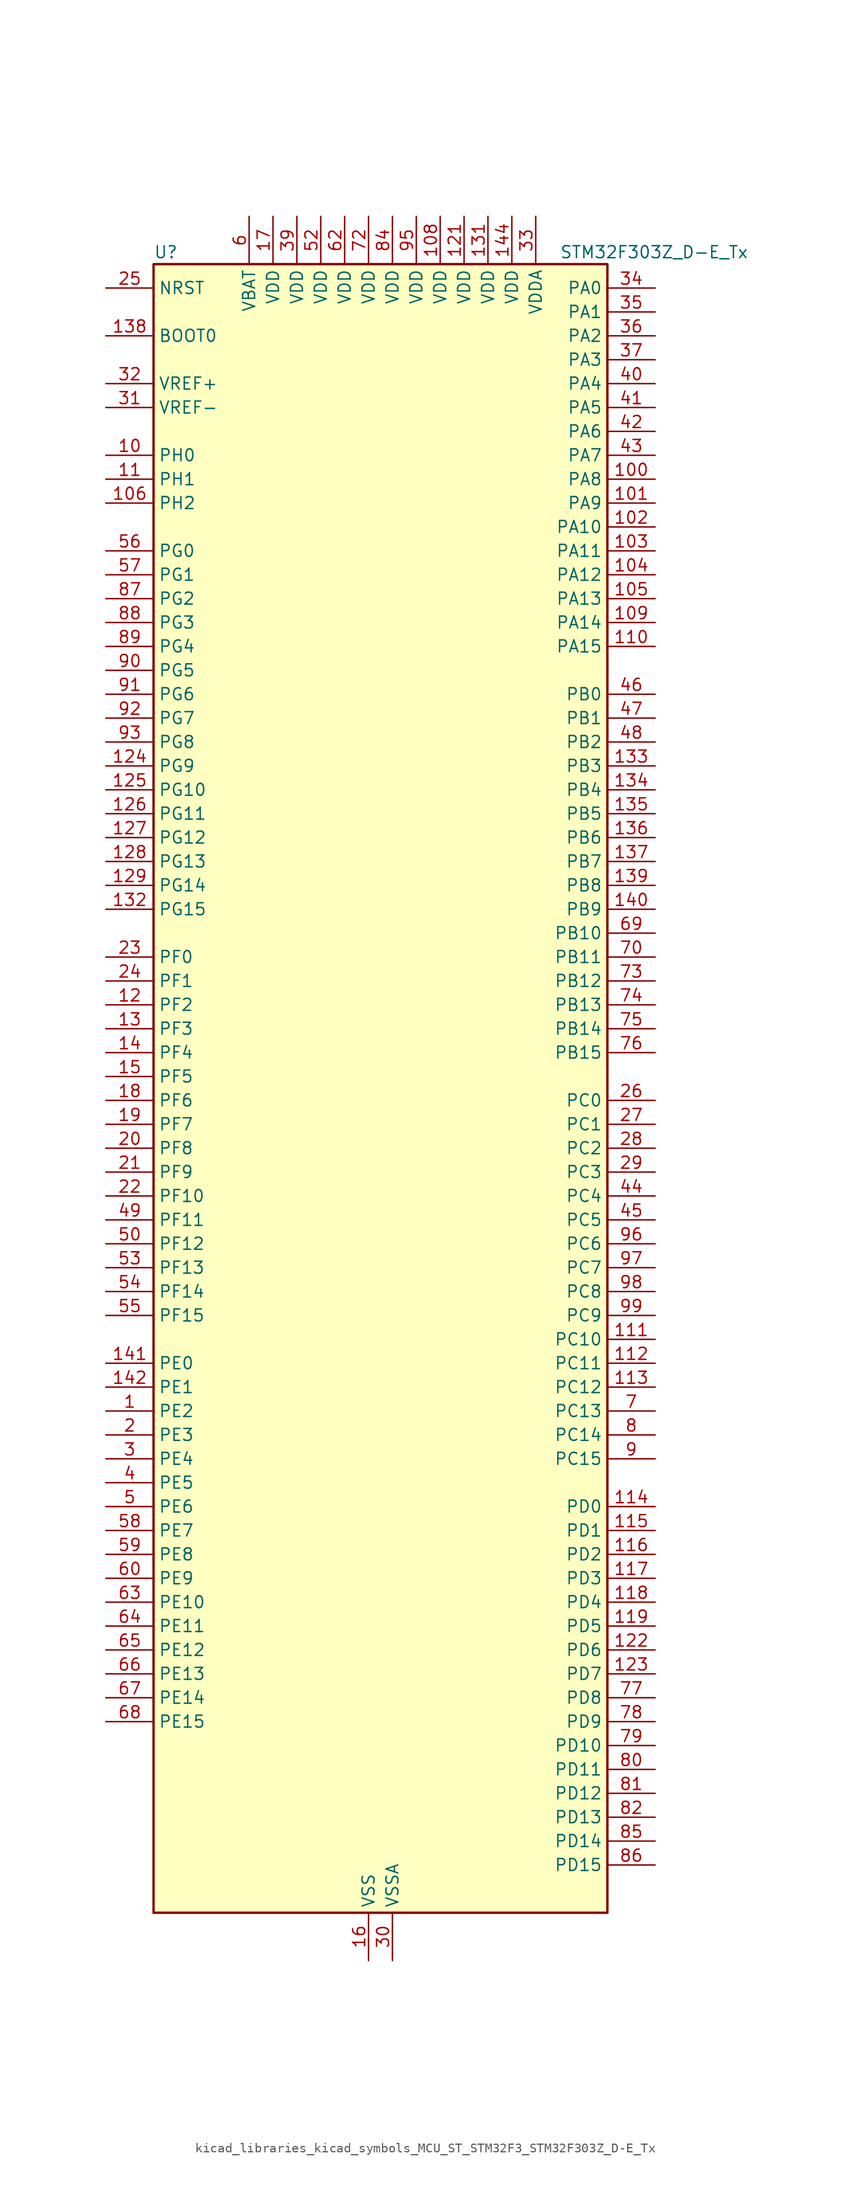
<source format=kicad_sym>
(kicad_symbol_lib
  (version 20220914)
  (generator kicad_symbol_editor)
  (symbol "kicad_libraries_kicad_symbols_MCU_ST_STM32F3_STM32F303Z_D-E_Tx"
    (property "Reference" "U"
      (at -22.86 90.17 0)
      (effects (font (size 1.27 1.27)) (justify left)))
    (property "Value" "STM32F303Z_D-E_Tx"
      (at 20.32 90.17 0)
      (effects (font (size 1.27 1.27)) (justify left)))
    (property "ki_locked" ""
      (at 0 0 0)
      (effects (font (size 1.27 1.27))))
    (symbol "kicad_libraries_kicad_symbols_MCU_ST_STM32F3_STM32F303Z_D-E_Tx_0_1"
      (rectangle (start -22.86 -86.36) (end 25.4 88.9) (stroke (width 0.254) (type default)) (fill (type background))))
    (symbol "kicad_libraries_kicad_symbols_MCU_ST_STM32F3_STM32F303Z_D-E_Tx_1_1"
      (pin bidirectional line (at -27.94 -33.02 0) (length 5.08) (name "PE2" (effects (font (size 1.27 1.27)))) (number "1" (effects (font (size 1.27 1.27)))) (alternate "ADC3_EXTI2" bidirectional line) (alternate "ADC4_EXTI2" bidirectional line) (alternate "FMC_A23" bidirectional line) (alternate "SPI4_SCK" bidirectional line) (alternate "SYS_TRACECK" bidirectional line) (alternate "TIM20_CH1" bidirectional line) (alternate "TIM3_CH1" bidirectional line) (alternate "TSC_G7_IO1" bidirectional line))
      (pin bidirectional line (at -27.94 68.58 0) (length 5.08) (name "PH0" (effects (font (size 1.27 1.27)))) (number "10" (effects (font (size 1.27 1.27)))) (alternate "FMC_A0" bidirectional line) (alternate "TIM20_CH1" bidirectional line))
      (pin bidirectional line (at 30.48 66.04 180) (length 5.08) (name "PA8" (effects (font (size 1.27 1.27)))) (number "100" (effects (font (size 1.27 1.27)))) (alternate "COMP3_OUT" bidirectional line) (alternate "I2C2_SMBA" bidirectional line) (alternate "I2C3_SCL" bidirectional line) (alternate "I2S2_MCK" bidirectional line) (alternate "RCC_MCO" bidirectional line) (alternate "TIM1_CH1" bidirectional line) (alternate "TIM4_ETR" bidirectional line) (alternate "USART1_CK" bidirectional line))
      (pin bidirectional line (at 30.48 63.5 180) (length 5.08) (name "PA9" (effects (font (size 1.27 1.27)))) (number "101" (effects (font (size 1.27 1.27)))) (alternate "COMP5_OUT" bidirectional line) (alternate "DAC1_EXTI9" bidirectional line) (alternate "I2C2_SCL" bidirectional line) (alternate "I2C3_SMBA" bidirectional line) (alternate "I2S3_MCK" bidirectional line) (alternate "TIM15_BKIN" bidirectional line) (alternate "TIM1_CH2" bidirectional line) (alternate "TIM2_CH3" bidirectional line) (alternate "TSC_G4_IO1" bidirectional line) (alternate "USART1_TX" bidirectional line))
      (pin bidirectional line (at 30.48 60.96 180) (length 5.08) (name "PA10" (effects (font (size 1.27 1.27)))) (number "102" (effects (font (size 1.27 1.27)))) (alternate "COMP6_OUT" bidirectional line) (alternate "I2C2_SDA" bidirectional line) (alternate "I2S2_ext_SD" bidirectional line) (alternate "SPI2_MISO" bidirectional line) (alternate "TIM17_BKIN" bidirectional line) (alternate "TIM1_CH3" bidirectional line) (alternate "TIM2_CH4" bidirectional line) (alternate "TIM8_BKIN" bidirectional line) (alternate "TSC_G4_IO2" bidirectional line) (alternate "USART1_RX" bidirectional line))
      (pin bidirectional line (at 30.48 58.42 180) (length 5.08) (name "PA11" (effects (font (size 1.27 1.27)))) (number "103" (effects (font (size 1.27 1.27)))) (alternate "ADC1_EXTI11" bidirectional line) (alternate "ADC2_EXTI11" bidirectional line) (alternate "CAN_RX" bidirectional line) (alternate "COMP1_OUT" bidirectional line) (alternate "I2S2_SD" bidirectional line) (alternate "SPI2_MOSI" bidirectional line) (alternate "TIM1_BKIN2" bidirectional line) (alternate "TIM1_CH1N" bidirectional line) (alternate "TIM1_CH4" bidirectional line) (alternate "TIM4_CH1" bidirectional line) (alternate "USART1_CTS" bidirectional line) (alternate "USB_DM" bidirectional line))
      (pin bidirectional line (at 30.48 55.88 180) (length 5.08) (name "PA12" (effects (font (size 1.27 1.27)))) (number "104" (effects (font (size 1.27 1.27)))) (alternate "CAN_TX" bidirectional line) (alternate "COMP2_OUT" bidirectional line) (alternate "I2S_CKIN" bidirectional line) (alternate "TIM16_CH1" bidirectional line) (alternate "TIM1_CH2N" bidirectional line) (alternate "TIM1_ETR" bidirectional line) (alternate "TIM4_CH2" bidirectional line) (alternate "USART1_DE" bidirectional line) (alternate "USART1_RTS" bidirectional line) (alternate "USB_DP" bidirectional line))
      (pin bidirectional line (at 30.48 53.34 180) (length 5.08) (name "PA13" (effects (font (size 1.27 1.27)))) (number "105" (effects (font (size 1.27 1.27)))) (alternate "IR_OUT" bidirectional line) (alternate "SYS_JTMS-SWDIO" bidirectional line) (alternate "TIM16_CH1N" bidirectional line) (alternate "TIM4_CH3" bidirectional line) (alternate "TSC_G4_IO3" bidirectional line) (alternate "USART3_CTS" bidirectional line))
      (pin bidirectional line (at -27.94 63.5 0) (length 5.08) (name "PH2" (effects (font (size 1.27 1.27)))) (number "106" (effects (font (size 1.27 1.27)))) (alternate "ADC3_EXTI2" bidirectional line) (alternate "ADC4_EXTI2" bidirectional line))
      (pin passive line (at 0 -91.44 90) (length 5.08) hide (name "VSS" (effects (font (size 1.27 1.27)))) (number "107" (effects (font (size 1.27 1.27)))))
      (pin power_in line (at 7.62 93.98 270) (length 5.08) (name "VDD" (effects (font (size 1.27 1.27)))) (number "108" (effects (font (size 1.27 1.27)))))
      (pin bidirectional line (at 30.48 50.8 180) (length 5.08) (name "PA14" (effects (font (size 1.27 1.27)))) (number "109" (effects (font (size 1.27 1.27)))) (alternate "I2C1_SDA" bidirectional line) (alternate "SYS_JTCK-SWCLK" bidirectional line) (alternate "TIM1_BKIN" bidirectional line) (alternate "TIM8_CH2" bidirectional line) (alternate "TSC_G4_IO4" bidirectional line) (alternate "USART2_TX" bidirectional line))
      (pin bidirectional line (at -27.94 66.04 0) (length 5.08) (name "PH1" (effects (font (size 1.27 1.27)))) (number "11" (effects (font (size 1.27 1.27)))) (alternate "FMC_A1" bidirectional line) (alternate "TIM20_CH2" bidirectional line))
      (pin bidirectional line (at 30.48 48.26 180) (length 5.08) (name "PA15" (effects (font (size 1.27 1.27)))) (number "110" (effects (font (size 1.27 1.27)))) (alternate "ADC1_EXTI15" bidirectional line) (alternate "ADC2_EXTI15" bidirectional line) (alternate "ADC3_EXTI15" bidirectional line) (alternate "ADC4_EXTI15" bidirectional line) (alternate "I2C1_SCL" bidirectional line) (alternate "I2S3_WS" bidirectional line) (alternate "SPI1_NSS" bidirectional line) (alternate "SPI3_NSS" bidirectional line) (alternate "SYS_JTDI" bidirectional line) (alternate "TIM1_BKIN" bidirectional line) (alternate "TIM2_CH1" bidirectional line) (alternate "TIM2_ETR" bidirectional line) (alternate "TIM8_CH1" bidirectional line) (alternate "TSC_SYNC" bidirectional line) (alternate "USART2_RX" bidirectional line))
      (pin bidirectional line (at 30.48 -25.4 180) (length 5.08) (name "PC10" (effects (font (size 1.27 1.27)))) (number "111" (effects (font (size 1.27 1.27)))) (alternate "I2S3_CK" bidirectional line) (alternate "SPI3_SCK" bidirectional line) (alternate "TIM8_CH1N" bidirectional line) (alternate "UART4_TX" bidirectional line) (alternate "USART3_TX" bidirectional line))
      (pin bidirectional line (at 30.48 -27.94 180) (length 5.08) (name "PC11" (effects (font (size 1.27 1.27)))) (number "112" (effects (font (size 1.27 1.27)))) (alternate "ADC1_EXTI11" bidirectional line) (alternate "ADC2_EXTI11" bidirectional line) (alternate "I2S3_ext_SD" bidirectional line) (alternate "SPI3_MISO" bidirectional line) (alternate "TIM8_CH2N" bidirectional line) (alternate "UART4_RX" bidirectional line) (alternate "USART3_RX" bidirectional line))
      (pin bidirectional line (at 30.48 -30.48 180) (length 5.08) (name "PC12" (effects (font (size 1.27 1.27)))) (number "113" (effects (font (size 1.27 1.27)))) (alternate "I2S3_SD" bidirectional line) (alternate "SPI3_MOSI" bidirectional line) (alternate "TIM8_CH3N" bidirectional line) (alternate "UART5_TX" bidirectional line) (alternate "USART3_CK" bidirectional line))
      (pin bidirectional line (at 30.48 -43.18 180) (length 5.08) (name "PD0" (effects (font (size 1.27 1.27)))) (number "114" (effects (font (size 1.27 1.27)))) (alternate "CAN_RX" bidirectional line) (alternate "FMC_D2" bidirectional line) (alternate "FMC_DA2" bidirectional line))
      (pin bidirectional line (at 30.48 -45.72 180) (length 5.08) (name "PD1" (effects (font (size 1.27 1.27)))) (number "115" (effects (font (size 1.27 1.27)))) (alternate "CAN_TX" bidirectional line) (alternate "FMC_D3" bidirectional line) (alternate "FMC_DA3" bidirectional line) (alternate "TIM8_BKIN2" bidirectional line) (alternate "TIM8_CH4" bidirectional line))
      (pin bidirectional line (at 30.48 -48.26 180) (length 5.08) (name "PD2" (effects (font (size 1.27 1.27)))) (number "116" (effects (font (size 1.27 1.27)))) (alternate "ADC3_EXTI2" bidirectional line) (alternate "ADC4_EXTI2" bidirectional line) (alternate "TIM3_ETR" bidirectional line) (alternate "TIM8_BKIN" bidirectional line) (alternate "UART5_RX" bidirectional line))
      (pin bidirectional line (at 30.48 -50.8 180) (length 5.08) (name "PD3" (effects (font (size 1.27 1.27)))) (number "117" (effects (font (size 1.27 1.27)))) (alternate "FMC_CLK" bidirectional line) (alternate "TIM2_CH1" bidirectional line) (alternate "TIM2_ETR" bidirectional line) (alternate "USART2_CTS" bidirectional line))
      (pin bidirectional line (at 30.48 -53.34 180) (length 5.08) (name "PD4" (effects (font (size 1.27 1.27)))) (number "118" (effects (font (size 1.27 1.27)))) (alternate "FMC_NOE" bidirectional line) (alternate "TIM2_CH2" bidirectional line) (alternate "USART2_DE" bidirectional line) (alternate "USART2_RTS" bidirectional line))
      (pin bidirectional line (at 30.48 -55.88 180) (length 5.08) (name "PD5" (effects (font (size 1.27 1.27)))) (number "119" (effects (font (size 1.27 1.27)))) (alternate "FMC_NWE" bidirectional line) (alternate "USART2_TX" bidirectional line))
      (pin bidirectional line (at -27.94 10.16 0) (length 5.08) (name "PF2" (effects (font (size 1.27 1.27)))) (number "12" (effects (font (size 1.27 1.27)))) (alternate "ADC1_IN10" bidirectional line) (alternate "ADC2_IN10" bidirectional line) (alternate "ADC3_EXTI2" bidirectional line) (alternate "ADC4_EXTI2" bidirectional line) (alternate "FMC_A2" bidirectional line) (alternate "TIM20_CH3" bidirectional line))
      (pin passive line (at 0 -91.44 90) (length 5.08) hide (name "VSS" (effects (font (size 1.27 1.27)))) (number "120" (effects (font (size 1.27 1.27)))))
      (pin power_in line (at 10.16 93.98 270) (length 5.08) (name "VDD" (effects (font (size 1.27 1.27)))) (number "121" (effects (font (size 1.27 1.27)))))
      (pin bidirectional line (at 30.48 -58.42 180) (length 5.08) (name "PD6" (effects (font (size 1.27 1.27)))) (number "122" (effects (font (size 1.27 1.27)))) (alternate "FMC_NWAIT" bidirectional line) (alternate "TIM2_CH4" bidirectional line) (alternate "USART2_RX" bidirectional line))
      (pin bidirectional line (at 30.48 -60.96 180) (length 5.08) (name "PD7" (effects (font (size 1.27 1.27)))) (number "123" (effects (font (size 1.27 1.27)))) (alternate "FMC_NCE2" bidirectional line) (alternate "FMC_NE1" bidirectional line) (alternate "TIM2_CH3" bidirectional line) (alternate "USART2_CK" bidirectional line))
      (pin bidirectional line (at -27.94 35.56 0) (length 5.08) (name "PG9" (effects (font (size 1.27 1.27)))) (number "124" (effects (font (size 1.27 1.27)))) (alternate "DAC1_EXTI9" bidirectional line) (alternate "FMC_NCE3" bidirectional line) (alternate "FMC_NE2" bidirectional line))
      (pin bidirectional line (at -27.94 33.02 0) (length 5.08) (name "PG10" (effects (font (size 1.27 1.27)))) (number "125" (effects (font (size 1.27 1.27)))) (alternate "FMC_NCE4_1" bidirectional line) (alternate "FMC_NE3" bidirectional line))
      (pin bidirectional line (at -27.94 30.48 0) (length 5.08) (name "PG11" (effects (font (size 1.27 1.27)))) (number "126" (effects (font (size 1.27 1.27)))) (alternate "ADC1_EXTI11" bidirectional line) (alternate "ADC2_EXTI11" bidirectional line) (alternate "FMC_NCE4_2" bidirectional line))
      (pin bidirectional line (at -27.94 27.94 0) (length 5.08) (name "PG12" (effects (font (size 1.27 1.27)))) (number "127" (effects (font (size 1.27 1.27)))) (alternate "FMC_NE4" bidirectional line))
      (pin bidirectional line (at -27.94 25.4 0) (length 5.08) (name "PG13" (effects (font (size 1.27 1.27)))) (number "128" (effects (font (size 1.27 1.27)))) (alternate "FMC_A24" bidirectional line))
      (pin bidirectional line (at -27.94 22.86 0) (length 5.08) (name "PG14" (effects (font (size 1.27 1.27)))) (number "129" (effects (font (size 1.27 1.27)))) (alternate "FMC_A25" bidirectional line))
      (pin bidirectional line (at -27.94 7.62 0) (length 5.08) (name "PF3" (effects (font (size 1.27 1.27)))) (number "13" (effects (font (size 1.27 1.27)))) (alternate "FMC_A3" bidirectional line) (alternate "TIM20_CH4" bidirectional line))
      (pin passive line (at 0 -91.44 90) (length 5.08) hide (name "VSS" (effects (font (size 1.27 1.27)))) (number "130" (effects (font (size 1.27 1.27)))))
      (pin power_in line (at 12.7 93.98 270) (length 5.08) (name "VDD" (effects (font (size 1.27 1.27)))) (number "131" (effects (font (size 1.27 1.27)))))
      (pin bidirectional line (at -27.94 20.32 0) (length 5.08) (name "PG15" (effects (font (size 1.27 1.27)))) (number "132" (effects (font (size 1.27 1.27)))) (alternate "ADC1_EXTI15" bidirectional line) (alternate "ADC2_EXTI15" bidirectional line) (alternate "ADC3_EXTI15" bidirectional line) (alternate "ADC4_EXTI15" bidirectional line))
      (pin bidirectional line (at 30.48 35.56 180) (length 5.08) (name "PB3" (effects (font (size 1.27 1.27)))) (number "133" (effects (font (size 1.27 1.27)))) (alternate "I2S3_CK" bidirectional line) (alternate "SPI1_SCK" bidirectional line) (alternate "SPI3_SCK" bidirectional line) (alternate "SYS_JTDO-TRACESWO" bidirectional line) (alternate "TIM2_CH2" bidirectional line) (alternate "TIM3_ETR" bidirectional line) (alternate "TIM4_ETR" bidirectional line) (alternate "TIM8_CH1N" bidirectional line) (alternate "TSC_G5_IO1" bidirectional line) (alternate "USART2_TX" bidirectional line))
      (pin bidirectional line (at 30.48 33.02 180) (length 5.08) (name "PB4" (effects (font (size 1.27 1.27)))) (number "134" (effects (font (size 1.27 1.27)))) (alternate "I2S3_ext_SD" bidirectional line) (alternate "SPI1_MISO" bidirectional line) (alternate "SPI3_MISO" bidirectional line) (alternate "SYS_NJTRST" bidirectional line) (alternate "TIM16_CH1" bidirectional line) (alternate "TIM17_BKIN" bidirectional line) (alternate "TIM3_CH1" bidirectional line) (alternate "TIM8_CH2N" bidirectional line) (alternate "TSC_G5_IO2" bidirectional line) (alternate "USART2_RX" bidirectional line))
      (pin bidirectional line (at 30.48 30.48 180) (length 5.08) (name "PB5" (effects (font (size 1.27 1.27)))) (number "135" (effects (font (size 1.27 1.27)))) (alternate "I2C1_SMBA" bidirectional line) (alternate "I2C3_SDA" bidirectional line) (alternate "I2S3_SD" bidirectional line) (alternate "SPI1_MOSI" bidirectional line) (alternate "SPI3_MOSI" bidirectional line) (alternate "TIM16_BKIN" bidirectional line) (alternate "TIM17_CH1" bidirectional line) (alternate "TIM3_CH2" bidirectional line) (alternate "TIM8_CH3N" bidirectional line) (alternate "USART2_CK" bidirectional line))
      (pin bidirectional line (at 30.48 27.94 180) (length 5.08) (name "PB6" (effects (font (size 1.27 1.27)))) (number "136" (effects (font (size 1.27 1.27)))) (alternate "I2C1_SCL" bidirectional line) (alternate "TIM16_CH1N" bidirectional line) (alternate "TIM4_CH1" bidirectional line) (alternate "TIM8_BKIN2" bidirectional line) (alternate "TIM8_CH1" bidirectional line) (alternate "TIM8_ETR" bidirectional line) (alternate "TSC_G5_IO3" bidirectional line) (alternate "USART1_TX" bidirectional line))
      (pin bidirectional line (at 30.48 25.4 180) (length 5.08) (name "PB7" (effects (font (size 1.27 1.27)))) (number "137" (effects (font (size 1.27 1.27)))) (alternate "FMC_NL" bidirectional line) (alternate "I2C1_SDA" bidirectional line) (alternate "TIM17_CH1N" bidirectional line) (alternate "TIM3_CH4" bidirectional line) (alternate "TIM4_CH2" bidirectional line) (alternate "TIM8_BKIN" bidirectional line) (alternate "TSC_G5_IO4" bidirectional line) (alternate "USART1_RX" bidirectional line))
      (pin input line (at -27.94 81.28 0) (length 5.08) (name "BOOT0" (effects (font (size 1.27 1.27)))) (number "138" (effects (font (size 1.27 1.27)))))
      (pin bidirectional line (at 30.48 22.86 180) (length 5.08) (name "PB8" (effects (font (size 1.27 1.27)))) (number "139" (effects (font (size 1.27 1.27)))) (alternate "CAN_RX" bidirectional line) (alternate "COMP1_OUT" bidirectional line) (alternate "I2C1_SCL" bidirectional line) (alternate "TIM16_CH1" bidirectional line) (alternate "TIM1_BKIN" bidirectional line) (alternate "TIM4_CH3" bidirectional line) (alternate "TIM8_CH2" bidirectional line) (alternate "TSC_SYNC" bidirectional line) (alternate "USART3_RX" bidirectional line))
      (pin bidirectional line (at -27.94 5.08 0) (length 5.08) (name "PF4" (effects (font (size 1.27 1.27)))) (number "14" (effects (font (size 1.27 1.27)))) (alternate "ADC1_IN5" bidirectional line) (alternate "COMP1_OUT" bidirectional line) (alternate "FMC_A4" bidirectional line) (alternate "TIM20_CH1N" bidirectional line))
      (pin bidirectional line (at 30.48 20.32 180) (length 5.08) (name "PB9" (effects (font (size 1.27 1.27)))) (number "140" (effects (font (size 1.27 1.27)))) (alternate "CAN_TX" bidirectional line) (alternate "COMP2_OUT" bidirectional line) (alternate "DAC1_EXTI9" bidirectional line) (alternate "I2C1_SDA" bidirectional line) (alternate "IR_OUT" bidirectional line) (alternate "TIM17_CH1" bidirectional line) (alternate "TIM4_CH4" bidirectional line) (alternate "TIM8_CH3" bidirectional line) (alternate "USART3_TX" bidirectional line))
      (pin bidirectional line (at -27.94 -27.94 0) (length 5.08) (name "PE0" (effects (font (size 1.27 1.27)))) (number "141" (effects (font (size 1.27 1.27)))) (alternate "FMC_NBL0" bidirectional line) (alternate "TIM16_CH1" bidirectional line) (alternate "TIM20_ETR" bidirectional line) (alternate "TIM4_ETR" bidirectional line) (alternate "USART1_TX" bidirectional line))
      (pin bidirectional line (at -27.94 -30.48 0) (length 5.08) (name "PE1" (effects (font (size 1.27 1.27)))) (number "142" (effects (font (size 1.27 1.27)))) (alternate "FMC_NBL1" bidirectional line) (alternate "TIM17_CH1" bidirectional line) (alternate "TIM20_CH4" bidirectional line) (alternate "USART1_RX" bidirectional line))
      (pin passive line (at 0 -91.44 90) (length 5.08) hide (name "VSS" (effects (font (size 1.27 1.27)))) (number "143" (effects (font (size 1.27 1.27)))))
      (pin power_in line (at 15.24 93.98 270) (length 5.08) (name "VDD" (effects (font (size 1.27 1.27)))) (number "144" (effects (font (size 1.27 1.27)))))
      (pin bidirectional line (at -27.94 2.54 0) (length 5.08) (name "PF5" (effects (font (size 1.27 1.27)))) (number "15" (effects (font (size 1.27 1.27)))) (alternate "FMC_A5" bidirectional line) (alternate "TIM20_CH2N" bidirectional line))
      (pin power_in line (at 0 -91.44 90) (length 5.08) (name "VSS" (effects (font (size 1.27 1.27)))) (number "16" (effects (font (size 1.27 1.27)))))
      (pin power_in line (at -10.16 93.98 270) (length 5.08) (name "VDD" (effects (font (size 1.27 1.27)))) (number "17" (effects (font (size 1.27 1.27)))))
      (pin bidirectional line (at -27.94 0 0) (length 5.08) (name "PF6" (effects (font (size 1.27 1.27)))) (number "18" (effects (font (size 1.27 1.27)))) (alternate "FMC_NIORD" bidirectional line) (alternate "I2C2_SCL" bidirectional line) (alternate "TIM4_CH4" bidirectional line) (alternate "USART3_DE" bidirectional line) (alternate "USART3_RTS" bidirectional line))
      (pin bidirectional line (at -27.94 -2.54 0) (length 5.08) (name "PF7" (effects (font (size 1.27 1.27)))) (number "19" (effects (font (size 1.27 1.27)))) (alternate "FMC_NREG" bidirectional line) (alternate "TIM20_BKIN" bidirectional line))
      (pin bidirectional line (at -27.94 -35.56 0) (length 5.08) (name "PE3" (effects (font (size 1.27 1.27)))) (number "2" (effects (font (size 1.27 1.27)))) (alternate "FMC_A19" bidirectional line) (alternate "SPI4_NSS" bidirectional line) (alternate "SYS_TRACED0" bidirectional line) (alternate "TIM20_CH2" bidirectional line) (alternate "TIM3_CH2" bidirectional line) (alternate "TSC_G7_IO2" bidirectional line))
      (pin bidirectional line (at -27.94 -5.08 0) (length 5.08) (name "PF8" (effects (font (size 1.27 1.27)))) (number "20" (effects (font (size 1.27 1.27)))) (alternate "FMC_NIOWR" bidirectional line) (alternate "TIM20_BKIN2" bidirectional line))
      (pin bidirectional line (at -27.94 -7.62 0) (length 5.08) (name "PF9" (effects (font (size 1.27 1.27)))) (number "21" (effects (font (size 1.27 1.27)))) (alternate "DAC1_EXTI9" bidirectional line) (alternate "FMC_CD" bidirectional line) (alternate "SPI2_SCK" bidirectional line) (alternate "TIM15_CH1" bidirectional line) (alternate "TIM20_BKIN" bidirectional line))
      (pin bidirectional line (at -27.94 -10.16 0) (length 5.08) (name "PF10" (effects (font (size 1.27 1.27)))) (number "22" (effects (font (size 1.27 1.27)))) (alternate "FMC_INTR" bidirectional line) (alternate "SPI2_SCK" bidirectional line) (alternate "TIM15_CH2" bidirectional line) (alternate "TIM20_BKIN2" bidirectional line))
      (pin bidirectional line (at -27.94 15.24 0) (length 5.08) (name "PF0" (effects (font (size 1.27 1.27)))) (number "23" (effects (font (size 1.27 1.27)))) (alternate "I2C2_SDA" bidirectional line) (alternate "I2S2_WS" bidirectional line) (alternate "RCC_OSC_IN" bidirectional line) (alternate "SPI2_NSS" bidirectional line) (alternate "TIM1_CH3N" bidirectional line))
      (pin bidirectional line (at -27.94 12.7 0) (length 5.08) (name "PF1" (effects (font (size 1.27 1.27)))) (number "24" (effects (font (size 1.27 1.27)))) (alternate "I2C2_SCL" bidirectional line) (alternate "I2S2_CK" bidirectional line) (alternate "RCC_OSC_OUT" bidirectional line) (alternate "SPI2_SCK" bidirectional line))
      (pin input line (at -27.94 86.36 0) (length 5.08) (name "NRST" (effects (font (size 1.27 1.27)))) (number "25" (effects (font (size 1.27 1.27)))))
      (pin bidirectional line (at 30.48 0 180) (length 5.08) (name "PC0" (effects (font (size 1.27 1.27)))) (number "26" (effects (font (size 1.27 1.27)))) (alternate "ADC1_IN6" bidirectional line) (alternate "ADC2_IN6" bidirectional line) (alternate "COMP7_INM" bidirectional line) (alternate "TIM1_CH1" bidirectional line))
      (pin bidirectional line (at 30.48 -2.54 180) (length 5.08) (name "PC1" (effects (font (size 1.27 1.27)))) (number "27" (effects (font (size 1.27 1.27)))) (alternate "ADC1_IN7" bidirectional line) (alternate "ADC2_IN7" bidirectional line) (alternate "COMP7_INP" bidirectional line) (alternate "TIM1_CH2" bidirectional line))
      (pin bidirectional line (at 30.48 -5.08 180) (length 5.08) (name "PC2" (effects (font (size 1.27 1.27)))) (number "28" (effects (font (size 1.27 1.27)))) (alternate "ADC1_IN8" bidirectional line) (alternate "ADC2_IN8" bidirectional line) (alternate "ADC3_EXTI2" bidirectional line) (alternate "ADC4_EXTI2" bidirectional line) (alternate "COMP7_OUT" bidirectional line) (alternate "TIM1_CH3" bidirectional line))
      (pin bidirectional line (at 30.48 -7.62 180) (length 5.08) (name "PC3" (effects (font (size 1.27 1.27)))) (number "29" (effects (font (size 1.27 1.27)))) (alternate "ADC1_IN9" bidirectional line) (alternate "ADC2_IN9" bidirectional line) (alternate "TIM1_BKIN2" bidirectional line) (alternate "TIM1_CH4" bidirectional line))
      (pin bidirectional line (at -27.94 -38.1 0) (length 5.08) (name "PE4" (effects (font (size 1.27 1.27)))) (number "3" (effects (font (size 1.27 1.27)))) (alternate "FMC_A20" bidirectional line) (alternate "SPI4_NSS" bidirectional line) (alternate "SYS_TRACED1" bidirectional line) (alternate "TIM20_CH1N" bidirectional line) (alternate "TIM3_CH3" bidirectional line) (alternate "TSC_G7_IO3" bidirectional line))
      (pin power_in line (at 2.54 -91.44 90) (length 5.08) (name "VSSA" (effects (font (size 1.27 1.27)))) (number "30" (effects (font (size 1.27 1.27)))))
      (pin input line (at -27.94 73.66 0) (length 5.08) (name "VREF-" (effects (font (size 1.27 1.27)))) (number "31" (effects (font (size 1.27 1.27)))))
      (pin input line (at -27.94 76.2 0) (length 5.08) (name "VREF+" (effects (font (size 1.27 1.27)))) (number "32" (effects (font (size 1.27 1.27)))))
      (pin power_in line (at 17.78 93.98 270) (length 5.08) (name "VDDA" (effects (font (size 1.27 1.27)))) (number "33" (effects (font (size 1.27 1.27)))))
      (pin bidirectional line (at 30.48 86.36 180) (length 5.08) (name "PA0" (effects (font (size 1.27 1.27)))) (number "34" (effects (font (size 1.27 1.27)))) (alternate "ADC1_IN1" bidirectional line) (alternate "COMP1_INM" bidirectional line) (alternate "COMP1_OUT" bidirectional line) (alternate "RTC_TAMP2" bidirectional line) (alternate "SYS_WKUP1" bidirectional line) (alternate "TIM2_CH1" bidirectional line) (alternate "TIM2_ETR" bidirectional line) (alternate "TIM8_BKIN" bidirectional line) (alternate "TIM8_ETR" bidirectional line) (alternate "TSC_G1_IO1" bidirectional line) (alternate "USART2_CTS" bidirectional line))
      (pin bidirectional line (at 30.48 83.82 180) (length 5.08) (name "PA1" (effects (font (size 1.27 1.27)))) (number "35" (effects (font (size 1.27 1.27)))) (alternate "ADC1_IN2" bidirectional line) (alternate "COMP1_INP" bidirectional line) (alternate "OPAMP1_VINP" bidirectional line) (alternate "OPAMP1_VINP_SEC" bidirectional line) (alternate "OPAMP3_VINP" bidirectional line) (alternate "OPAMP3_VINP_SEC" bidirectional line) (alternate "RTC_REFIN" bidirectional line) (alternate "TIM15_CH1N" bidirectional line) (alternate "TIM2_CH2" bidirectional line) (alternate "TSC_G1_IO2" bidirectional line) (alternate "USART2_DE" bidirectional line) (alternate "USART2_RTS" bidirectional line))
      (pin bidirectional line (at 30.48 81.28 180) (length 5.08) (name "PA2" (effects (font (size 1.27 1.27)))) (number "36" (effects (font (size 1.27 1.27)))) (alternate "ADC1_IN3" bidirectional line) (alternate "ADC3_EXTI2" bidirectional line) (alternate "ADC4_EXTI2" bidirectional line) (alternate "COMP2_INM" bidirectional line) (alternate "COMP2_OUT" bidirectional line) (alternate "OPAMP1_VOUT" bidirectional line) (alternate "TIM15_CH1" bidirectional line) (alternate "TIM2_CH3" bidirectional line) (alternate "TSC_G1_IO3" bidirectional line) (alternate "USART2_TX" bidirectional line))
      (pin bidirectional line (at 30.48 78.74 180) (length 5.08) (name "PA3" (effects (font (size 1.27 1.27)))) (number "37" (effects (font (size 1.27 1.27)))) (alternate "ADC1_IN4" bidirectional line) (alternate "OPAMP1_VINM" bidirectional line) (alternate "OPAMP1_VINM_SEC" bidirectional line) (alternate "OPAMP1_VINP" bidirectional line) (alternate "OPAMP1_VINP_SEC" bidirectional line) (alternate "TIM15_CH2" bidirectional line) (alternate "TIM2_CH4" bidirectional line) (alternate "TSC_G1_IO4" bidirectional line) (alternate "USART2_RX" bidirectional line))
      (pin passive line (at 0 -91.44 90) (length 5.08) hide (name "VSS" (effects (font (size 1.27 1.27)))) (number "38" (effects (font (size 1.27 1.27)))))
      (pin power_in line (at -7.62 93.98 270) (length 5.08) (name "VDD" (effects (font (size 1.27 1.27)))) (number "39" (effects (font (size 1.27 1.27)))))
      (pin bidirectional line (at -27.94 -40.64 0) (length 5.08) (name "PE5" (effects (font (size 1.27 1.27)))) (number "4" (effects (font (size 1.27 1.27)))) (alternate "FMC_A21" bidirectional line) (alternate "SPI4_MISO" bidirectional line) (alternate "SYS_TRACED2" bidirectional line) (alternate "TIM20_CH2N" bidirectional line) (alternate "TIM3_CH4" bidirectional line) (alternate "TSC_G7_IO4" bidirectional line))
      (pin bidirectional line (at 30.48 76.2 180) (length 5.08) (name "PA4" (effects (font (size 1.27 1.27)))) (number "40" (effects (font (size 1.27 1.27)))) (alternate "ADC2_IN1" bidirectional line) (alternate "COMP1_INM" bidirectional line) (alternate "COMP2_INM" bidirectional line) (alternate "COMP3_INM" bidirectional line) (alternate "COMP4_INM" bidirectional line) (alternate "COMP5_INM" bidirectional line) (alternate "COMP6_INM" bidirectional line) (alternate "COMP7_INM" bidirectional line) (alternate "DAC1_OUT1" bidirectional line) (alternate "I2S3_WS" bidirectional line) (alternate "OPAMP4_VINP" bidirectional line) (alternate "OPAMP4_VINP_SEC" bidirectional line) (alternate "SPI1_NSS" bidirectional line) (alternate "SPI3_NSS" bidirectional line) (alternate "TIM3_CH2" bidirectional line) (alternate "TSC_G2_IO1" bidirectional line) (alternate "USART2_CK" bidirectional line))
      (pin bidirectional line (at 30.48 73.66 180) (length 5.08) (name "PA5" (effects (font (size 1.27 1.27)))) (number "41" (effects (font (size 1.27 1.27)))) (alternate "ADC2_IN2" bidirectional line) (alternate "COMP1_INM" bidirectional line) (alternate "COMP2_INM" bidirectional line) (alternate "COMP3_INM" bidirectional line) (alternate "COMP4_INM" bidirectional line) (alternate "COMP5_INM" bidirectional line) (alternate "COMP6_INM" bidirectional line) (alternate "COMP7_INM" bidirectional line) (alternate "DAC1_OUT2" bidirectional line) (alternate "OPAMP1_VINP" bidirectional line) (alternate "OPAMP1_VINP_SEC" bidirectional line) (alternate "OPAMP2_VINM" bidirectional line) (alternate "OPAMP2_VINM_SEC" bidirectional line) (alternate "OPAMP3_VINP" bidirectional line) (alternate "OPAMP3_VINP_SEC" bidirectional line) (alternate "SPI1_SCK" bidirectional line) (alternate "TIM2_CH1" bidirectional line) (alternate "TIM2_ETR" bidirectional line) (alternate "TSC_G2_IO2" bidirectional line))
      (pin bidirectional line (at 30.48 71.12 180) (length 5.08) (name "PA6" (effects (font (size 1.27 1.27)))) (number "42" (effects (font (size 1.27 1.27)))) (alternate "ADC2_IN3" bidirectional line) (alternate "COMP1_OUT" bidirectional line) (alternate "OPAMP2_VOUT" bidirectional line) (alternate "SPI1_MISO" bidirectional line) (alternate "TIM16_CH1" bidirectional line) (alternate "TIM1_BKIN" bidirectional line) (alternate "TIM3_CH1" bidirectional line) (alternate "TIM8_BKIN" bidirectional line) (alternate "TSC_G2_IO3" bidirectional line))
      (pin bidirectional line (at 30.48 68.58 180) (length 5.08) (name "PA7" (effects (font (size 1.27 1.27)))) (number "43" (effects (font (size 1.27 1.27)))) (alternate "ADC2_IN4" bidirectional line) (alternate "COMP2_INP" bidirectional line) (alternate "OPAMP1_VINP" bidirectional line) (alternate "OPAMP1_VINP_SEC" bidirectional line) (alternate "OPAMP2_VINP" bidirectional line) (alternate "OPAMP2_VINP_SEC" bidirectional line) (alternate "SPI1_MOSI" bidirectional line) (alternate "TIM17_CH1" bidirectional line) (alternate "TIM1_CH1N" bidirectional line) (alternate "TIM3_CH2" bidirectional line) (alternate "TIM8_CH1N" bidirectional line) (alternate "TSC_G2_IO4" bidirectional line))
      (pin bidirectional line (at 30.48 -10.16 180) (length 5.08) (name "PC4" (effects (font (size 1.27 1.27)))) (number "44" (effects (font (size 1.27 1.27)))) (alternate "ADC2_IN5" bidirectional line) (alternate "TIM1_ETR" bidirectional line) (alternate "USART1_TX" bidirectional line))
      (pin bidirectional line (at 30.48 -12.7 180) (length 5.08) (name "PC5" (effects (font (size 1.27 1.27)))) (number "45" (effects (font (size 1.27 1.27)))) (alternate "ADC2_IN11" bidirectional line) (alternate "OPAMP1_VINM" bidirectional line) (alternate "OPAMP1_VINM_SEC" bidirectional line) (alternate "OPAMP2_VINM" bidirectional line) (alternate "OPAMP2_VINM_SEC" bidirectional line) (alternate "TIM15_BKIN" bidirectional line) (alternate "TSC_G3_IO1" bidirectional line) (alternate "USART1_RX" bidirectional line))
      (pin bidirectional line (at 30.48 43.18 180) (length 5.08) (name "PB0" (effects (font (size 1.27 1.27)))) (number "46" (effects (font (size 1.27 1.27)))) (alternate "ADC3_IN12" bidirectional line) (alternate "COMP4_INP" bidirectional line) (alternate "OPAMP2_VINP" bidirectional line) (alternate "OPAMP2_VINP_SEC" bidirectional line) (alternate "OPAMP3_VINP" bidirectional line) (alternate "OPAMP3_VINP_SEC" bidirectional line) (alternate "TIM1_CH2N" bidirectional line) (alternate "TIM3_CH3" bidirectional line) (alternate "TIM8_CH2N" bidirectional line) (alternate "TSC_G3_IO2" bidirectional line))
      (pin bidirectional line (at 30.48 40.64 180) (length 5.08) (name "PB1" (effects (font (size 1.27 1.27)))) (number "47" (effects (font (size 1.27 1.27)))) (alternate "ADC3_IN1" bidirectional line) (alternate "COMP4_OUT" bidirectional line) (alternate "OPAMP3_VOUT" bidirectional line) (alternate "TIM1_CH3N" bidirectional line) (alternate "TIM3_CH4" bidirectional line) (alternate "TIM8_CH3N" bidirectional line) (alternate "TSC_G3_IO3" bidirectional line))
      (pin bidirectional line (at 30.48 38.1 180) (length 5.08) (name "PB2" (effects (font (size 1.27 1.27)))) (number "48" (effects (font (size 1.27 1.27)))) (alternate "ADC2_IN12" bidirectional line) (alternate "ADC3_EXTI2" bidirectional line) (alternate "ADC4_EXTI2" bidirectional line) (alternate "COMP4_INM" bidirectional line) (alternate "OPAMP3_VINM" bidirectional line) (alternate "OPAMP3_VINM_SEC" bidirectional line) (alternate "TSC_G3_IO4" bidirectional line))
      (pin bidirectional line (at -27.94 -12.7 0) (length 5.08) (name "PF11" (effects (font (size 1.27 1.27)))) (number "49" (effects (font (size 1.27 1.27)))) (alternate "ADC1_EXTI11" bidirectional line) (alternate "ADC2_EXTI11" bidirectional line) (alternate "TIM20_ETR" bidirectional line))
      (pin bidirectional line (at -27.94 -43.18 0) (length 5.08) (name "PE6" (effects (font (size 1.27 1.27)))) (number "5" (effects (font (size 1.27 1.27)))) (alternate "FMC_A22" bidirectional line) (alternate "RTC_TAMP3" bidirectional line) (alternate "SPI4_MOSI" bidirectional line) (alternate "SYS_TRACED3" bidirectional line) (alternate "SYS_WKUP3" bidirectional line) (alternate "TIM20_CH3N" bidirectional line))
      (pin bidirectional line (at -27.94 -15.24 0) (length 5.08) (name "PF12" (effects (font (size 1.27 1.27)))) (number "50" (effects (font (size 1.27 1.27)))) (alternate "FMC_A6" bidirectional line) (alternate "TIM20_CH1" bidirectional line))
      (pin passive line (at 0 -91.44 90) (length 5.08) hide (name "VSS" (effects (font (size 1.27 1.27)))) (number "51" (effects (font (size 1.27 1.27)))))
      (pin power_in line (at -5.08 93.98 270) (length 5.08) (name "VDD" (effects (font (size 1.27 1.27)))) (number "52" (effects (font (size 1.27 1.27)))))
      (pin bidirectional line (at -27.94 -17.78 0) (length 5.08) (name "PF13" (effects (font (size 1.27 1.27)))) (number "53" (effects (font (size 1.27 1.27)))) (alternate "FMC_A7" bidirectional line) (alternate "TIM20_CH2" bidirectional line))
      (pin bidirectional line (at -27.94 -20.32 0) (length 5.08) (name "PF14" (effects (font (size 1.27 1.27)))) (number "54" (effects (font (size 1.27 1.27)))) (alternate "FMC_A8" bidirectional line) (alternate "TIM20_CH3" bidirectional line))
      (pin bidirectional line (at -27.94 -22.86 0) (length 5.08) (name "PF15" (effects (font (size 1.27 1.27)))) (number "55" (effects (font (size 1.27 1.27)))) (alternate "ADC1_EXTI15" bidirectional line) (alternate "ADC2_EXTI15" bidirectional line) (alternate "ADC3_EXTI15" bidirectional line) (alternate "ADC4_EXTI15" bidirectional line) (alternate "FMC_A9" bidirectional line) (alternate "TIM20_CH4" bidirectional line))
      (pin bidirectional line (at -27.94 58.42 0) (length 5.08) (name "PG0" (effects (font (size 1.27 1.27)))) (number "56" (effects (font (size 1.27 1.27)))) (alternate "FMC_A10" bidirectional line) (alternate "TIM20_CH1N" bidirectional line))
      (pin bidirectional line (at -27.94 55.88 0) (length 5.08) (name "PG1" (effects (font (size 1.27 1.27)))) (number "57" (effects (font (size 1.27 1.27)))) (alternate "FMC_A11" bidirectional line) (alternate "TIM20_CH2N" bidirectional line))
      (pin bidirectional line (at -27.94 -45.72 0) (length 5.08) (name "PE7" (effects (font (size 1.27 1.27)))) (number "58" (effects (font (size 1.27 1.27)))) (alternate "ADC3_IN13" bidirectional line) (alternate "FMC_D4" bidirectional line) (alternate "FMC_DA4" bidirectional line) (alternate "TIM1_ETR" bidirectional line))
      (pin bidirectional line (at -27.94 -48.26 0) (length 5.08) (name "PE8" (effects (font (size 1.27 1.27)))) (number "59" (effects (font (size 1.27 1.27)))) (alternate "ADC3_IN6" bidirectional line) (alternate "ADC4_IN6" bidirectional line) (alternate "COMP4_INM" bidirectional line) (alternate "FMC_D5" bidirectional line) (alternate "FMC_DA5" bidirectional line) (alternate "TIM1_CH1N" bidirectional line))
      (pin power_in line (at -12.7 93.98 270) (length 5.08) (name "VBAT" (effects (font (size 1.27 1.27)))) (number "6" (effects (font (size 1.27 1.27)))))
      (pin bidirectional line (at -27.94 -50.8 0) (length 5.08) (name "PE9" (effects (font (size 1.27 1.27)))) (number "60" (effects (font (size 1.27 1.27)))) (alternate "ADC3_IN2" bidirectional line) (alternate "DAC1_EXTI9" bidirectional line) (alternate "FMC_D6" bidirectional line) (alternate "FMC_DA6" bidirectional line) (alternate "TIM1_CH1" bidirectional line))
      (pin passive line (at 0 -91.44 90) (length 5.08) hide (name "VSS" (effects (font (size 1.27 1.27)))) (number "61" (effects (font (size 1.27 1.27)))))
      (pin power_in line (at -2.54 93.98 270) (length 5.08) (name "VDD" (effects (font (size 1.27 1.27)))) (number "62" (effects (font (size 1.27 1.27)))))
      (pin bidirectional line (at -27.94 -53.34 0) (length 5.08) (name "PE10" (effects (font (size 1.27 1.27)))) (number "63" (effects (font (size 1.27 1.27)))) (alternate "ADC3_IN14" bidirectional line) (alternate "FMC_D7" bidirectional line) (alternate "FMC_DA7" bidirectional line) (alternate "TIM1_CH2N" bidirectional line))
      (pin bidirectional line (at -27.94 -55.88 0) (length 5.08) (name "PE11" (effects (font (size 1.27 1.27)))) (number "64" (effects (font (size 1.27 1.27)))) (alternate "ADC1_EXTI11" bidirectional line) (alternate "ADC2_EXTI11" bidirectional line) (alternate "ADC3_IN15" bidirectional line) (alternate "FMC_D8" bidirectional line) (alternate "FMC_DA8" bidirectional line) (alternate "SPI4_NSS" bidirectional line) (alternate "TIM1_CH2" bidirectional line))
      (pin bidirectional line (at -27.94 -58.42 0) (length 5.08) (name "PE12" (effects (font (size 1.27 1.27)))) (number "65" (effects (font (size 1.27 1.27)))) (alternate "ADC3_IN16" bidirectional line) (alternate "FMC_D9" bidirectional line) (alternate "FMC_DA9" bidirectional line) (alternate "SPI4_SCK" bidirectional line) (alternate "TIM1_CH3N" bidirectional line))
      (pin bidirectional line (at -27.94 -60.96 0) (length 5.08) (name "PE13" (effects (font (size 1.27 1.27)))) (number "66" (effects (font (size 1.27 1.27)))) (alternate "ADC3_IN3" bidirectional line) (alternate "FMC_D10" bidirectional line) (alternate "FMC_DA10" bidirectional line) (alternate "SPI4_MISO" bidirectional line) (alternate "TIM1_CH3" bidirectional line))
      (pin bidirectional line (at -27.94 -63.5 0) (length 5.08) (name "PE14" (effects (font (size 1.27 1.27)))) (number "67" (effects (font (size 1.27 1.27)))) (alternate "ADC4_IN1" bidirectional line) (alternate "FMC_D11" bidirectional line) (alternate "FMC_DA11" bidirectional line) (alternate "SPI4_MOSI" bidirectional line) (alternate "TIM1_BKIN2" bidirectional line) (alternate "TIM1_CH4" bidirectional line))
      (pin bidirectional line (at -27.94 -66.04 0) (length 5.08) (name "PE15" (effects (font (size 1.27 1.27)))) (number "68" (effects (font (size 1.27 1.27)))) (alternate "ADC1_EXTI15" bidirectional line) (alternate "ADC2_EXTI15" bidirectional line) (alternate "ADC3_EXTI15" bidirectional line) (alternate "ADC4_EXTI15" bidirectional line) (alternate "ADC4_IN2" bidirectional line) (alternate "FMC_D12" bidirectional line) (alternate "FMC_DA12" bidirectional line) (alternate "TIM1_BKIN" bidirectional line) (alternate "USART3_RX" bidirectional line))
      (pin bidirectional line (at 30.48 17.78 180) (length 5.08) (name "PB10" (effects (font (size 1.27 1.27)))) (number "69" (effects (font (size 1.27 1.27)))) (alternate "COMP5_INM" bidirectional line) (alternate "OPAMP3_VINM" bidirectional line) (alternate "OPAMP3_VINM_SEC" bidirectional line) (alternate "OPAMP4_VINM" bidirectional line) (alternate "OPAMP4_VINM_SEC" bidirectional line) (alternate "TIM2_CH3" bidirectional line) (alternate "TSC_SYNC" bidirectional line) (alternate "USART3_TX" bidirectional line))
      (pin bidirectional line (at 30.48 -33.02 180) (length 5.08) (name "PC13" (effects (font (size 1.27 1.27)))) (number "7" (effects (font (size 1.27 1.27)))) (alternate "RTC_OUT_ALARM" bidirectional line) (alternate "RTC_OUT_CALIB" bidirectional line) (alternate "RTC_TAMP1" bidirectional line) (alternate "RTC_TS" bidirectional line) (alternate "SYS_WKUP2" bidirectional line) (alternate "TIM1_CH1N" bidirectional line))
      (pin bidirectional line (at 30.48 15.24 180) (length 5.08) (name "PB11" (effects (font (size 1.27 1.27)))) (number "70" (effects (font (size 1.27 1.27)))) (alternate "ADC1_EXTI11" bidirectional line) (alternate "ADC1_IN14" bidirectional line) (alternate "ADC2_EXTI11" bidirectional line) (alternate "ADC2_IN14" bidirectional line) (alternate "COMP6_INP" bidirectional line) (alternate "OPAMP4_VINP" bidirectional line) (alternate "OPAMP4_VINP_SEC" bidirectional line) (alternate "TIM2_CH4" bidirectional line) (alternate "TSC_G6_IO1" bidirectional line) (alternate "USART3_RX" bidirectional line))
      (pin passive line (at 0 -91.44 90) (length 5.08) hide (name "VSS" (effects (font (size 1.27 1.27)))) (number "71" (effects (font (size 1.27 1.27)))))
      (pin power_in line (at 0 93.98 270) (length 5.08) (name "VDD" (effects (font (size 1.27 1.27)))) (number "72" (effects (font (size 1.27 1.27)))))
      (pin bidirectional line (at 30.48 12.7 180) (length 5.08) (name "PB12" (effects (font (size 1.27 1.27)))) (number "73" (effects (font (size 1.27 1.27)))) (alternate "ADC4_IN3" bidirectional line) (alternate "COMP3_INM" bidirectional line) (alternate "I2C2_SMBA" bidirectional line) (alternate "I2S2_WS" bidirectional line) (alternate "OPAMP4_VOUT" bidirectional line) (alternate "SPI2_NSS" bidirectional line) (alternate "TIM1_BKIN" bidirectional line) (alternate "TSC_G6_IO2" bidirectional line) (alternate "USART3_CK" bidirectional line))
      (pin bidirectional line (at 30.48 10.16 180) (length 5.08) (name "PB13" (effects (font (size 1.27 1.27)))) (number "74" (effects (font (size 1.27 1.27)))) (alternate "ADC3_IN5" bidirectional line) (alternate "COMP5_INP" bidirectional line) (alternate "I2S2_CK" bidirectional line) (alternate "OPAMP3_VINP" bidirectional line) (alternate "OPAMP3_VINP_SEC" bidirectional line) (alternate "OPAMP4_VINP" bidirectional line) (alternate "OPAMP4_VINP_SEC" bidirectional line) (alternate "SPI2_SCK" bidirectional line) (alternate "TIM1_CH1N" bidirectional line) (alternate "TSC_G6_IO3" bidirectional line) (alternate "USART3_CTS" bidirectional line))
      (pin bidirectional line (at 30.48 7.62 180) (length 5.08) (name "PB14" (effects (font (size 1.27 1.27)))) (number "75" (effects (font (size 1.27 1.27)))) (alternate "ADC4_IN4" bidirectional line) (alternate "COMP3_INP" bidirectional line) (alternate "I2S2_ext_SD" bidirectional line) (alternate "OPAMP2_VINP" bidirectional line) (alternate "OPAMP2_VINP_SEC" bidirectional line) (alternate "SPI2_MISO" bidirectional line) (alternate "TIM15_CH1" bidirectional line) (alternate "TIM1_CH2N" bidirectional line) (alternate "TSC_G6_IO4" bidirectional line) (alternate "USART3_DE" bidirectional line) (alternate "USART3_RTS" bidirectional line))
      (pin bidirectional line (at 30.48 5.08 180) (length 5.08) (name "PB15" (effects (font (size 1.27 1.27)))) (number "76" (effects (font (size 1.27 1.27)))) (alternate "ADC1_EXTI15" bidirectional line) (alternate "ADC2_EXTI15" bidirectional line) (alternate "ADC3_EXTI15" bidirectional line) (alternate "ADC4_EXTI15" bidirectional line) (alternate "ADC4_IN5" bidirectional line) (alternate "COMP6_INM" bidirectional line) (alternate "I2S2_SD" bidirectional line) (alternate "RTC_REFIN" bidirectional line) (alternate "SPI2_MOSI" bidirectional line) (alternate "TIM15_CH1N" bidirectional line) (alternate "TIM15_CH2" bidirectional line) (alternate "TIM1_CH3N" bidirectional line))
      (pin bidirectional line (at 30.48 -63.5 180) (length 5.08) (name "PD8" (effects (font (size 1.27 1.27)))) (number "77" (effects (font (size 1.27 1.27)))) (alternate "ADC4_IN12" bidirectional line) (alternate "FMC_D13" bidirectional line) (alternate "FMC_DA13" bidirectional line) (alternate "OPAMP4_VINM" bidirectional line) (alternate "OPAMP4_VINM_SEC" bidirectional line) (alternate "USART3_TX" bidirectional line))
      (pin bidirectional line (at 30.48 -66.04 180) (length 5.08) (name "PD9" (effects (font (size 1.27 1.27)))) (number "78" (effects (font (size 1.27 1.27)))) (alternate "ADC4_IN13" bidirectional line) (alternate "DAC1_EXTI9" bidirectional line) (alternate "FMC_D14" bidirectional line) (alternate "FMC_DA14" bidirectional line) (alternate "USART3_RX" bidirectional line))
      (pin bidirectional line (at 30.48 -68.58 180) (length 5.08) (name "PD10" (effects (font (size 1.27 1.27)))) (number "79" (effects (font (size 1.27 1.27)))) (alternate "ADC3_IN7" bidirectional line) (alternate "ADC4_IN7" bidirectional line) (alternate "COMP6_INM" bidirectional line) (alternate "FMC_D15" bidirectional line) (alternate "FMC_DA15" bidirectional line) (alternate "USART3_CK" bidirectional line))
      (pin bidirectional line (at 30.48 -35.56 180) (length 5.08) (name "PC14" (effects (font (size 1.27 1.27)))) (number "8" (effects (font (size 1.27 1.27)))) (alternate "RCC_OSC32_IN" bidirectional line))
      (pin bidirectional line (at 30.48 -71.12 180) (length 5.08) (name "PD11" (effects (font (size 1.27 1.27)))) (number "80" (effects (font (size 1.27 1.27)))) (alternate "ADC1_EXTI11" bidirectional line) (alternate "ADC2_EXTI11" bidirectional line) (alternate "ADC3_IN8" bidirectional line) (alternate "ADC4_IN8" bidirectional line) (alternate "FMC_A16" bidirectional line) (alternate "FMC_CLE" bidirectional line) (alternate "OPAMP4_VINP" bidirectional line) (alternate "OPAMP4_VINP_SEC" bidirectional line) (alternate "USART3_CTS" bidirectional line))
      (pin bidirectional line (at 30.48 -73.66 180) (length 5.08) (name "PD12" (effects (font (size 1.27 1.27)))) (number "81" (effects (font (size 1.27 1.27)))) (alternate "ADC3_IN9" bidirectional line) (alternate "ADC4_IN9" bidirectional line) (alternate "FMC_A17" bidirectional line) (alternate "FMC_ALE" bidirectional line) (alternate "TIM4_CH1" bidirectional line) (alternate "TSC_G8_IO1" bidirectional line) (alternate "USART3_DE" bidirectional line) (alternate "USART3_RTS" bidirectional line))
      (pin bidirectional line (at 30.48 -76.2 180) (length 5.08) (name "PD13" (effects (font (size 1.27 1.27)))) (number "82" (effects (font (size 1.27 1.27)))) (alternate "ADC3_IN10" bidirectional line) (alternate "ADC4_IN10" bidirectional line) (alternate "COMP5_INM" bidirectional line) (alternate "FMC_A18" bidirectional line) (alternate "TIM4_CH2" bidirectional line) (alternate "TSC_G8_IO2" bidirectional line))
      (pin passive line (at 0 -91.44 90) (length 5.08) hide (name "VSS" (effects (font (size 1.27 1.27)))) (number "83" (effects (font (size 1.27 1.27)))))
      (pin power_in line (at 2.54 93.98 270) (length 5.08) (name "VDD" (effects (font (size 1.27 1.27)))) (number "84" (effects (font (size 1.27 1.27)))))
      (pin bidirectional line (at 30.48 -78.74 180) (length 5.08) (name "PD14" (effects (font (size 1.27 1.27)))) (number "85" (effects (font (size 1.27 1.27)))) (alternate "ADC3_IN11" bidirectional line) (alternate "ADC4_IN11" bidirectional line) (alternate "FMC_D0" bidirectional line) (alternate "FMC_DA0" bidirectional line) (alternate "OPAMP2_VINP" bidirectional line) (alternate "OPAMP2_VINP_SEC" bidirectional line) (alternate "TIM4_CH3" bidirectional line) (alternate "TSC_G8_IO3" bidirectional line))
      (pin bidirectional line (at 30.48 -81.28 180) (length 5.08) (name "PD15" (effects (font (size 1.27 1.27)))) (number "86" (effects (font (size 1.27 1.27)))) (alternate "ADC1_EXTI15" bidirectional line) (alternate "ADC2_EXTI15" bidirectional line) (alternate "ADC3_EXTI15" bidirectional line) (alternate "ADC4_EXTI15" bidirectional line) (alternate "COMP3_INM" bidirectional line) (alternate "FMC_D1" bidirectional line) (alternate "FMC_DA1" bidirectional line) (alternate "SPI2_NSS" bidirectional line) (alternate "TIM4_CH4" bidirectional line) (alternate "TSC_G8_IO4" bidirectional line))
      (pin bidirectional line (at -27.94 53.34 0) (length 5.08) (name "PG2" (effects (font (size 1.27 1.27)))) (number "87" (effects (font (size 1.27 1.27)))) (alternate "ADC3_EXTI2" bidirectional line) (alternate "ADC4_EXTI2" bidirectional line) (alternate "FMC_A12" bidirectional line) (alternate "TIM20_CH3N" bidirectional line))
      (pin bidirectional line (at -27.94 50.8 0) (length 5.08) (name "PG3" (effects (font (size 1.27 1.27)))) (number "88" (effects (font (size 1.27 1.27)))) (alternate "FMC_A13" bidirectional line) (alternate "TIM20_BKIN" bidirectional line))
      (pin bidirectional line (at -27.94 48.26 0) (length 5.08) (name "PG4" (effects (font (size 1.27 1.27)))) (number "89" (effects (font (size 1.27 1.27)))) (alternate "FMC_A14" bidirectional line) (alternate "TIM20_BKIN2" bidirectional line))
      (pin bidirectional line (at 30.48 -38.1 180) (length 5.08) (name "PC15" (effects (font (size 1.27 1.27)))) (number "9" (effects (font (size 1.27 1.27)))) (alternate "ADC1_EXTI15" bidirectional line) (alternate "ADC2_EXTI15" bidirectional line) (alternate "ADC3_EXTI15" bidirectional line) (alternate "ADC4_EXTI15" bidirectional line) (alternate "RCC_OSC32_OUT" bidirectional line))
      (pin bidirectional line (at -27.94 45.72 0) (length 5.08) (name "PG5" (effects (font (size 1.27 1.27)))) (number "90" (effects (font (size 1.27 1.27)))) (alternate "FMC_A15" bidirectional line) (alternate "TIM20_ETR" bidirectional line))
      (pin bidirectional line (at -27.94 43.18 0) (length 5.08) (name "PG6" (effects (font (size 1.27 1.27)))) (number "91" (effects (font (size 1.27 1.27)))) (alternate "FMC_INT2" bidirectional line))
      (pin bidirectional line (at -27.94 40.64 0) (length 5.08) (name "PG7" (effects (font (size 1.27 1.27)))) (number "92" (effects (font (size 1.27 1.27)))) (alternate "FMC_INT3" bidirectional line))
      (pin bidirectional line (at -27.94 38.1 0) (length 5.08) (name "PG8" (effects (font (size 1.27 1.27)))) (number "93" (effects (font (size 1.27 1.27)))))
      (pin passive line (at 0 -91.44 90) (length 5.08) hide (name "VSS" (effects (font (size 1.27 1.27)))) (number "94" (effects (font (size 1.27 1.27)))))
      (pin power_in line (at 5.08 93.98 270) (length 5.08) (name "VDD" (effects (font (size 1.27 1.27)))) (number "95" (effects (font (size 1.27 1.27)))))
      (pin bidirectional line (at 30.48 -15.24 180) (length 5.08) (name "PC6" (effects (font (size 1.27 1.27)))) (number "96" (effects (font (size 1.27 1.27)))) (alternate "COMP6_OUT" bidirectional line) (alternate "I2S2_MCK" bidirectional line) (alternate "TIM3_CH1" bidirectional line) (alternate "TIM8_CH1" bidirectional line))
      (pin bidirectional line (at 30.48 -17.78 180) (length 5.08) (name "PC7" (effects (font (size 1.27 1.27)))) (number "97" (effects (font (size 1.27 1.27)))) (alternate "COMP5_OUT" bidirectional line) (alternate "I2S3_MCK" bidirectional line) (alternate "TIM3_CH2" bidirectional line) (alternate "TIM8_CH2" bidirectional line))
      (pin bidirectional line (at 30.48 -20.32 180) (length 5.08) (name "PC8" (effects (font (size 1.27 1.27)))) (number "98" (effects (font (size 1.27 1.27)))) (alternate "COMP3_OUT" bidirectional line) (alternate "TIM3_CH3" bidirectional line) (alternate "TIM8_CH3" bidirectional line))
      (pin bidirectional line (at 30.48 -22.86 180) (length 5.08) (name "PC9" (effects (font (size 1.27 1.27)))) (number "99" (effects (font (size 1.27 1.27)))) (alternate "DAC1_EXTI9" bidirectional line) (alternate "I2C3_SDA" bidirectional line) (alternate "I2S_CKIN" bidirectional line) (alternate "TIM3_CH4" bidirectional line) (alternate "TIM8_BKIN2" bidirectional line) (alternate "TIM8_CH4" bidirectional line)))))
</source>
